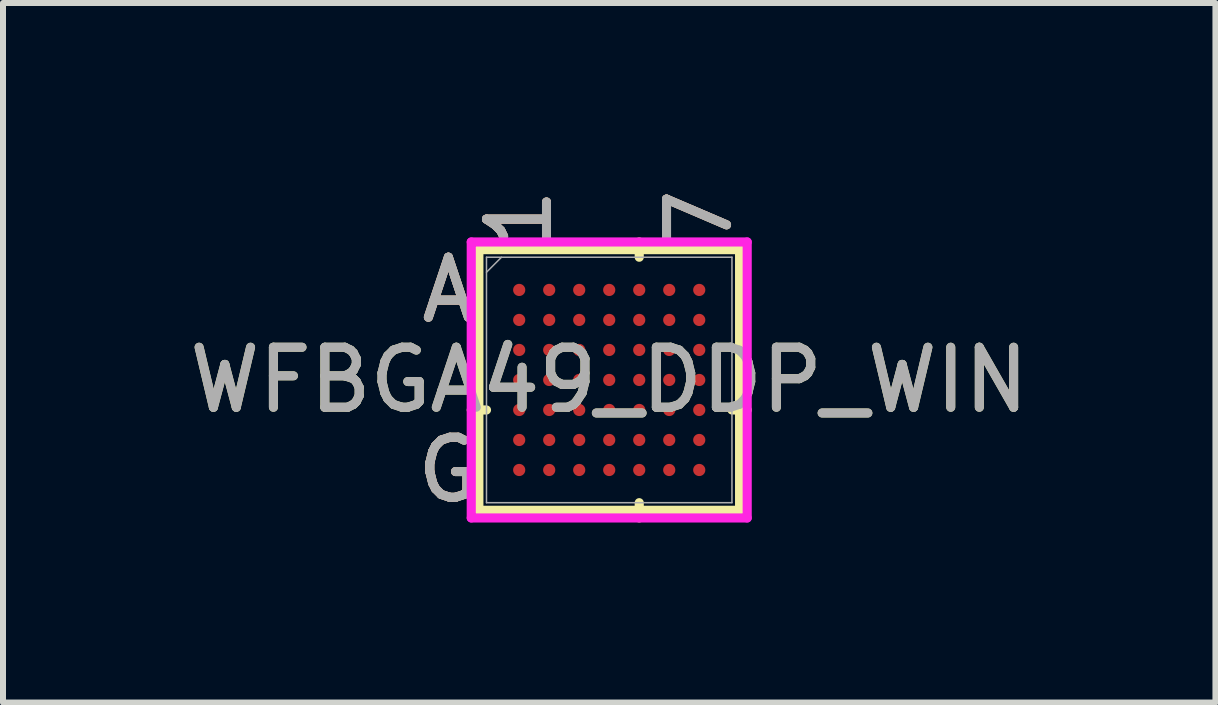
<source format=kicad_pcb>
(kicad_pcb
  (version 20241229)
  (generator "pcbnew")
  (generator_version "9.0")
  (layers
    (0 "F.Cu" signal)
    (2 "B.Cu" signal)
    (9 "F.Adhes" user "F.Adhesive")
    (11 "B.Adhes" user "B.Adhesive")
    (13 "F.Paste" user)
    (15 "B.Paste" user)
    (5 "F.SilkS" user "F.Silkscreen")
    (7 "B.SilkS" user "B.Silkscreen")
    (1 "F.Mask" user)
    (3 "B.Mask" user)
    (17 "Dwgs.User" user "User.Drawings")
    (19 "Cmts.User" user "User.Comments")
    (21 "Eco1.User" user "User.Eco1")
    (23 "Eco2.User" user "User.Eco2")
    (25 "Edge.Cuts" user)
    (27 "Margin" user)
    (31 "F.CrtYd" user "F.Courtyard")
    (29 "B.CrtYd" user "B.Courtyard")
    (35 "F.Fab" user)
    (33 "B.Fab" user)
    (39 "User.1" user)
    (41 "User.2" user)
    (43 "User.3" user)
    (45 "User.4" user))
  (footprint "WFBGA49_DDP_WIN"
    (layer "F.Cu")
    (at 7.101 3.281)
    (property "Reference" "WFBGA49_DDP_WIN" (at 0 0 0) (unlocked yes) (layer "F.SilkS") (effects (font (size 1 1) (thickness 0.15))))
    (attr smd)
    (fp_line (start -2.172 -2.172) (end -2.172 2.172) (stroke (width 0.152) (type solid)) (layer "F.SilkS"))
    (fp_line (start -2.172 2.172) (end 2.172 2.172) (stroke (width 0.152) (type solid)) (layer "F.SilkS"))
    (fp_line (start -2.045 0.5) (end -2.299 0.5) (stroke (width 0.152) (type solid)) (layer "F.SilkS"))
    (fp_line (start 0.5 -2.045) (end 0.5 -2.299) (stroke (width 0.152) (type solid)) (layer "F.SilkS"))
    (fp_line (start 0.5 2.045) (end 0.5 2.299) (stroke (width 0.152) (type solid)) (layer "F.SilkS"))
    (fp_line (start 2.045 0.5) (end 2.299 0.5) (stroke (width 0.152) (type solid)) (layer "F.SilkS"))
    (fp_line (start 2.172 -2.172) (end -2.172 -2.172) (stroke (width 0.152) (type solid)) (layer "F.SilkS"))
    (fp_line (start 2.172 2.172) (end 2.172 -2.172) (stroke (width 0.152) (type solid)) (layer "F.SilkS"))
    (fp_poly (pts (xy -2.195 -2.195) (xy 2.195 -2.195) (xy 2.195 2.195) (xy -2.195 2.195)) (stroke (width 0.1) (type solid)) (fill no) (layer "Eco2.User"))
    (fp_line (start -2.299 -2.299) (end 2.299 -2.299) (stroke (width 0.152) (type solid)) (layer "F.CrtYd"))
    (fp_line (start -2.299 2.299) (end -2.299 -2.299) (stroke (width 0.152) (type solid)) (layer "F.CrtYd"))
    (fp_line (start 2.299 -2.299) (end 2.299 2.299) (stroke (width 0.152) (type solid)) (layer "F.CrtYd"))
    (fp_line (start 2.299 2.299) (end -2.299 2.299) (stroke (width 0.152) (type solid)) (layer "F.CrtYd"))
    (fp_line (start -2.045 -2.045) (end -2.045 2.045) (stroke (width 0.025) (type solid)) (layer "F.Fab"))
    (fp_line (start -2.045 2.045) (end 2.045 2.045) (stroke (width 0.025) (type solid)) (layer "F.Fab"))
    (fp_line (start -1.795 -2.045) (end -2.045 -1.795) (stroke (width 0.025) (type solid)) (layer "F.Fab"))
    (fp_line (start 2.045 -2.045) (end -2.045 -2.045) (stroke (width 0.025) (type solid)) (layer "F.Fab"))
    (fp_line (start 2.045 2.045) (end 2.045 -2.045) (stroke (width 0.025) (type solid)) (layer "F.Fab"))
    (fp_text user "7" (at 1.5 -2.68 90) (unlocked yes) (layer "F.SilkS") (effects (font (size 1 1) (thickness 0.15))))
    (fp_text user "A" (at -2.68 -1.5 0) (unlocked yes) (layer "F.SilkS") (effects (font (size 1 1) (thickness 0.15))))
    (fp_text user "G" (at -2.68 1.5 0) (unlocked yes) (layer "F.SilkS") (effects (font (size 1 1) (thickness 0.15))))
    (fp_text user "1" (at -1.5 -2.68 90) (unlocked yes) (layer "F.SilkS") (effects (font (size 1 1) (thickness 0.15))))
    (fp_text user "A" (at -2.68 -1.5 0) (unlocked yes) (layer "B.SilkS") (effects (font (size 1 1) (thickness 0.15))))
    (fp_text user "1" (at -1.5 -2.68 90) (unlocked yes) (layer "B.SilkS") (effects (font (size 1 1) (thickness 0.15))))
    (fp_text user "7" (at 1.5 -2.68 90) (unlocked yes) (layer "B.SilkS") (effects (font (size 1 1) (thickness 0.15))))
    (fp_text user "G" (at -2.68 1.5 0) (unlocked yes) (layer "B.SilkS") (effects (font (size 1 1) (thickness 0.15))))
    (fp_text user "G" (at -2.68 1.5 0) (unlocked yes) (layer "F.Fab") (effects (font (size 1 1) (thickness 0.15))))
    (fp_text user "A" (at -2.68 -1.5 0) (unlocked yes) (layer "F.Fab") (effects (font (size 1 1) (thickness 0.15))))
    (fp_text user "7" (at 1.5 -2.68 90) (unlocked yes) (layer "F.Fab") (effects (font (size 1 1) (thickness 0.15))))
    (fp_text user "${REFERENCE}" (at 0 0 0) (unlocked yes) (layer "F.Fab") (effects (font (size 1 1) (thickness 0.15))))
    (fp_text user "1" (at -1.5 -2.68 90) (unlocked yes) (layer "F.Fab") (effects (font (size 1 1) (thickness 0.15))))
    (pad "A1" smd circle (at -1.5 -1.5) (size 0.203 0.203) (layers "F.Cu" "F.Mask" "F.Paste"))
    (pad "A2" smd circle (at -1 -1.5) (size 0.203 0.203) (layers "F.Cu" "F.Mask" "F.Paste"))
    (pad "A3" smd circle (at -0.5 -1.5) (size 0.203 0.203) (layers "F.Cu" "F.Mask" "F.Paste"))
    (pad "A4" smd circle (at 0 -1.5) (size 0.203 0.203) (layers "F.Cu" "F.Mask" "F.Paste"))
    (pad "A5" smd circle (at 0.5 -1.5) (size 0.203 0.203) (layers "F.Cu" "F.Mask" "F.Paste"))
    (pad "A6" smd circle (at 1 -1.5) (size 0.203 0.203) (layers "F.Cu" "F.Mask" "F.Paste"))
    (pad "A7" smd circle (at 1.5 -1.5) (size 0.203 0.203) (layers "F.Cu" "F.Mask" "F.Paste"))
    (pad "B1" smd circle (at -1.5 -1) (size 0.203 0.203) (layers "F.Cu" "F.Mask" "F.Paste"))
    (pad "B2" smd circle (at -1 -1) (size 0.203 0.203) (layers "F.Cu" "F.Mask" "F.Paste"))
    (pad "B3" smd circle (at -0.5 -1) (size 0.203 0.203) (layers "F.Cu" "F.Mask" "F.Paste"))
    (pad "B4" smd circle (at 0 -1) (size 0.203 0.203) (layers "F.Cu" "F.Mask" "F.Paste"))
    (pad "B5" smd circle (at 0.5 -1) (size 0.203 0.203) (layers "F.Cu" "F.Mask" "F.Paste"))
    (pad "B6" smd circle (at 1 -1) (size 0.203 0.203) (layers "F.Cu" "F.Mask" "F.Paste"))
    (pad "B7" smd circle (at 1.5 -1) (size 0.203 0.203) (layers "F.Cu" "F.Mask" "F.Paste"))
    (pad "C1" smd circle (at -1.5 -0.5) (size 0.203 0.203) (layers "F.Cu" "F.Mask" "F.Paste"))
    (pad "C2" smd circle (at -1 -0.5) (size 0.203 0.203) (layers "F.Cu" "F.Mask" "F.Paste"))
    (pad "C3" smd circle (at -0.5 -0.5) (size 0.203 0.203) (layers "F.Cu" "F.Mask" "F.Paste"))
    (pad "C4" smd circle (at 0 -0.5) (size 0.203 0.203) (layers "F.Cu" "F.Mask" "F.Paste"))
    (pad "C5" smd circle (at 0.5 -0.5) (size 0.203 0.203) (layers "F.Cu" "F.Mask" "F.Paste"))
    (pad "C6" smd circle (at 1 -0.5) (size 0.203 0.203) (layers "F.Cu" "F.Mask" "F.Paste"))
    (pad "C7" smd circle (at 1.5 -0.5) (size 0.203 0.203) (layers "F.Cu" "F.Mask" "F.Paste"))
    (pad "D1" smd circle (at -1.5 0) (size 0.203 0.203) (layers "F.Cu" "F.Mask" "F.Paste"))
    (pad "D2" smd circle (at -1 0) (size 0.203 0.203) (layers "F.Cu" "F.Mask" "F.Paste"))
    (pad "D3" smd circle (at -0.5 0) (size 0.203 0.203) (layers "F.Cu" "F.Mask" "F.Paste"))
    (pad "D4" smd circle (at 0 0) (size 0.203 0.203) (layers "F.Cu" "F.Mask" "F.Paste"))
    (pad "D5" smd circle (at 0.5 0) (size 0.203 0.203) (layers "F.Cu" "F.Mask" "F.Paste"))
    (pad "D6" smd circle (at 1 0) (size 0.203 0.203) (layers "F.Cu" "F.Mask" "F.Paste"))
    (pad "D7" smd circle (at 1.5 0) (size 0.203 0.203) (layers "F.Cu" "F.Mask" "F.Paste"))
    (pad "E1" smd circle (at -1.5 0.5) (size 0.203 0.203) (layers "F.Cu" "F.Mask" "F.Paste"))
    (pad "E2" smd circle (at -1 0.5) (size 0.203 0.203) (layers "F.Cu" "F.Mask" "F.Paste"))
    (pad "E3" smd circle (at -0.5 0.5) (size 0.203 0.203) (layers "F.Cu" "F.Mask" "F.Paste"))
    (pad "E4" smd circle (at 0 0.5) (size 0.203 0.203) (layers "F.Cu" "F.Mask" "F.Paste"))
    (pad "E5" smd circle (at 0.5 0.5) (size 0.203 0.203) (layers "F.Cu" "F.Mask" "F.Paste"))
    (pad "E6" smd circle (at 1 0.5) (size 0.203 0.203) (layers "F.Cu" "F.Mask" "F.Paste"))
    (pad "E7" smd circle (at 1.5 0.5) (size 0.203 0.203) (layers "F.Cu" "F.Mask" "F.Paste"))
    (pad "F1" smd circle (at -1.5 1) (size 0.203 0.203) (layers "F.Cu" "F.Mask" "F.Paste"))
    (pad "F2" smd circle (at -1 1) (size 0.203 0.203) (layers "F.Cu" "F.Mask" "F.Paste"))
    (pad "F3" smd circle (at -0.5 1) (size 0.203 0.203) (layers "F.Cu" "F.Mask" "F.Paste"))
    (pad "F4" smd circle (at 0 1) (size 0.203 0.203) (layers "F.Cu" "F.Mask" "F.Paste"))
    (pad "F5" smd circle (at 0.5 1) (size 0.203 0.203) (layers "F.Cu" "F.Mask" "F.Paste"))
    (pad "F6" smd circle (at 1 1) (size 0.203 0.203) (layers "F.Cu" "F.Mask" "F.Paste"))
    (pad "F7" smd circle (at 1.5 1) (size 0.203 0.203) (layers "F.Cu" "F.Mask" "F.Paste"))
    (pad "G1" smd circle (at -1.5 1.5) (size 0.203 0.203) (layers "F.Cu" "F.Mask" "F.Paste"))
    (pad "G2" smd circle (at -1 1.5) (size 0.203 0.203) (layers "F.Cu" "F.Mask" "F.Paste"))
    (pad "G3" smd circle (at -0.5 1.5) (size 0.203 0.203) (layers "F.Cu" "F.Mask" "F.Paste"))
    (pad "G4" smd circle (at 0 1.5) (size 0.203 0.203) (layers "F.Cu" "F.Mask" "F.Paste"))
    (pad "G5" smd circle (at 0.5 1.5) (size 0.203 0.203) (layers "F.Cu" "F.Mask" "F.Paste"))
    (pad "G6" smd circle (at 1 1.5) (size 0.203 0.203) (layers "F.Cu" "F.Mask" "F.Paste"))
    (pad "G7" smd circle (at 1.5 1.5) (size 0.203 0.203) (layers "F.Cu" "F.Mask" "F.Paste")))
  (gr_rect
    (start -3 -3)
    (end 17.202 8.656)
    (stroke (width 0.1) (type default))
    (fill no)
    (layer "Edge.Cuts")))
</source>
